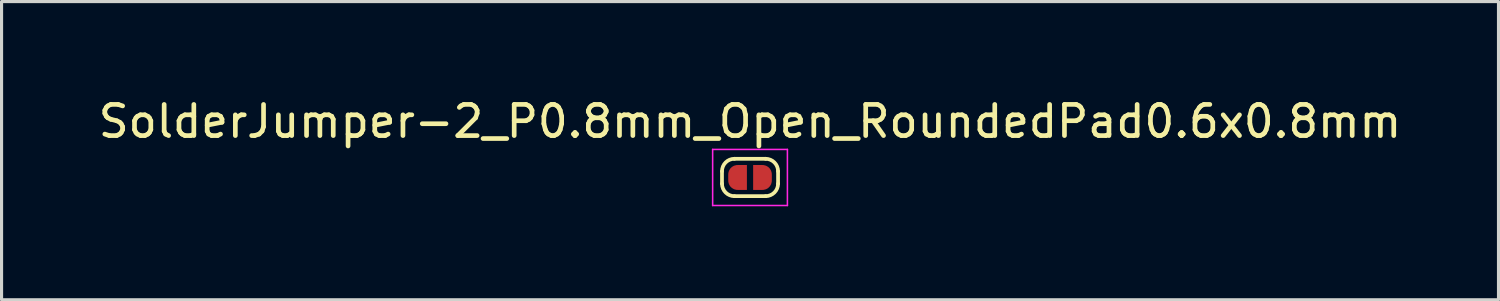
<source format=kicad_pcb>
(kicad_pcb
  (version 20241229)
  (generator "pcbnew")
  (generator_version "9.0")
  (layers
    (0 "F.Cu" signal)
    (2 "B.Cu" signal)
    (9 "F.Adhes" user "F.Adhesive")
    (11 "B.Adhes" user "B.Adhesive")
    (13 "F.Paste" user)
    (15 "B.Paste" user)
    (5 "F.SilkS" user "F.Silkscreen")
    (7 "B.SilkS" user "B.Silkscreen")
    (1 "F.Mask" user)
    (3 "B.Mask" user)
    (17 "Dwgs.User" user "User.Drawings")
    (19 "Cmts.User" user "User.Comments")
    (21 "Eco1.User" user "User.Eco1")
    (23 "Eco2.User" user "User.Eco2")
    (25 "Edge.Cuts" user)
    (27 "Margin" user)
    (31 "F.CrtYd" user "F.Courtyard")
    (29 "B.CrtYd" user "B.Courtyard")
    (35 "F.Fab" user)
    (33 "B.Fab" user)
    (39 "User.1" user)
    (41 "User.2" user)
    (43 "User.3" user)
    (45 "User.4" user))
  (footprint "SolderJumper-2_P0.8mm_Open_RoundedPad0.6x0.8mm"
    (layer "F.Cu")
    (at 21.03 2.648)
    (property "Reference" "SolderJumper-2_P0.8mm_Open_RoundedPad0.6x0.8mm" (at 0 -1.8 0) (layer "F.SilkS") (effects (font (size 1 1) (thickness 0.15))))
    (attr exclude_from_pos_files exclude_from_bom)
    (fp_line (start -0.9 0.2) (end -0.9 -0.2) (stroke (width 0.12) (type solid)) (layer "F.SilkS"))
    (fp_line (start -0.5 -0.6) (end 0.5 -0.6) (stroke (width 0.12) (type solid)) (layer "F.SilkS"))
    (fp_line (start 0.5 0.6) (end -0.5 0.6) (stroke (width 0.12) (type solid)) (layer "F.SilkS"))
    (fp_line (start 0.9 -0.2) (end 0.9 0.2) (stroke (width 0.12) (type solid)) (layer "F.SilkS"))
    (fp_arc (start -0.9 -0.2) (mid -0.782843 -0.482843) (end -0.5 -0.6) (stroke (width 0.12) (type solid)) (layer "F.SilkS"))
    (fp_arc (start -0.5 0.6) (mid -0.782843 0.482843) (end -0.9 0.2) (stroke (width 0.12) (type solid)) (layer "F.SilkS"))
    (fp_arc (start 0.5 -0.6) (mid 0.782843 -0.482843) (end 0.9 -0.2) (stroke (width 0.12) (type solid)) (layer "F.SilkS"))
    (fp_arc (start 0.9 0.2) (mid 0.782843 0.482843) (end 0.5 0.6) (stroke (width 0.12) (type solid)) (layer "F.SilkS"))
    (fp_line (start -1.2 -0.9) (end -1.2 0.9) (stroke (width 0.05) (type solid)) (layer "F.CrtYd"))
    (fp_line (start -1.2 -0.9) (end 1.2 -0.9) (stroke (width 0.05) (type solid)) (layer "F.CrtYd"))
    (fp_line (start 1.2 0.9) (end -1.2 0.9) (stroke (width 0.05) (type solid)) (layer "F.CrtYd"))
    (fp_line (start 1.2 0.9) (end 1.2 -0.9) (stroke (width 0.05) (type solid)) (layer "F.CrtYd"))
    (pad "1" smd custom (at -0.4 0) (size 0.6 0.2) (layers "F.Cu" "F.Mask") (options (anchor rect)) (primitives (gr_circle (center 0 -0.1) (end 0.3 -0.1) (width 0) (fill yes)) (gr_circle (center 0 0.1) (end 0.3 0.1) (width 0) (fill yes)) (gr_poly (pts (xy 0 -0.4) (xy 0.3 -0.4) (xy 0.3 0.4) (xy 0 0.4)) (width 0) (fill yes))))
    (pad "2" smd custom (at 0.4 0 180) (size 0.6 0.2) (layers "F.Cu" "F.Mask") (options (anchor rect)) (primitives (gr_circle (center 0 -0.1) (end 0.3 -0.1) (width 0) (fill yes)) (gr_circle (center 0 0.1) (end 0.3 0.1) (width 0) (fill yes)) (gr_poly (pts (xy 0 -0.4) (xy 0.3 -0.4) (xy 0.3 0.4) (xy 0 0.4)) (width 0) (fill yes)))))
  (gr_rect
    (start -3 -3)
    (end 45.06 6.573)
    (stroke (width 0.1) (type default))
    (fill no)
    (layer "Edge.Cuts")))
</source>
